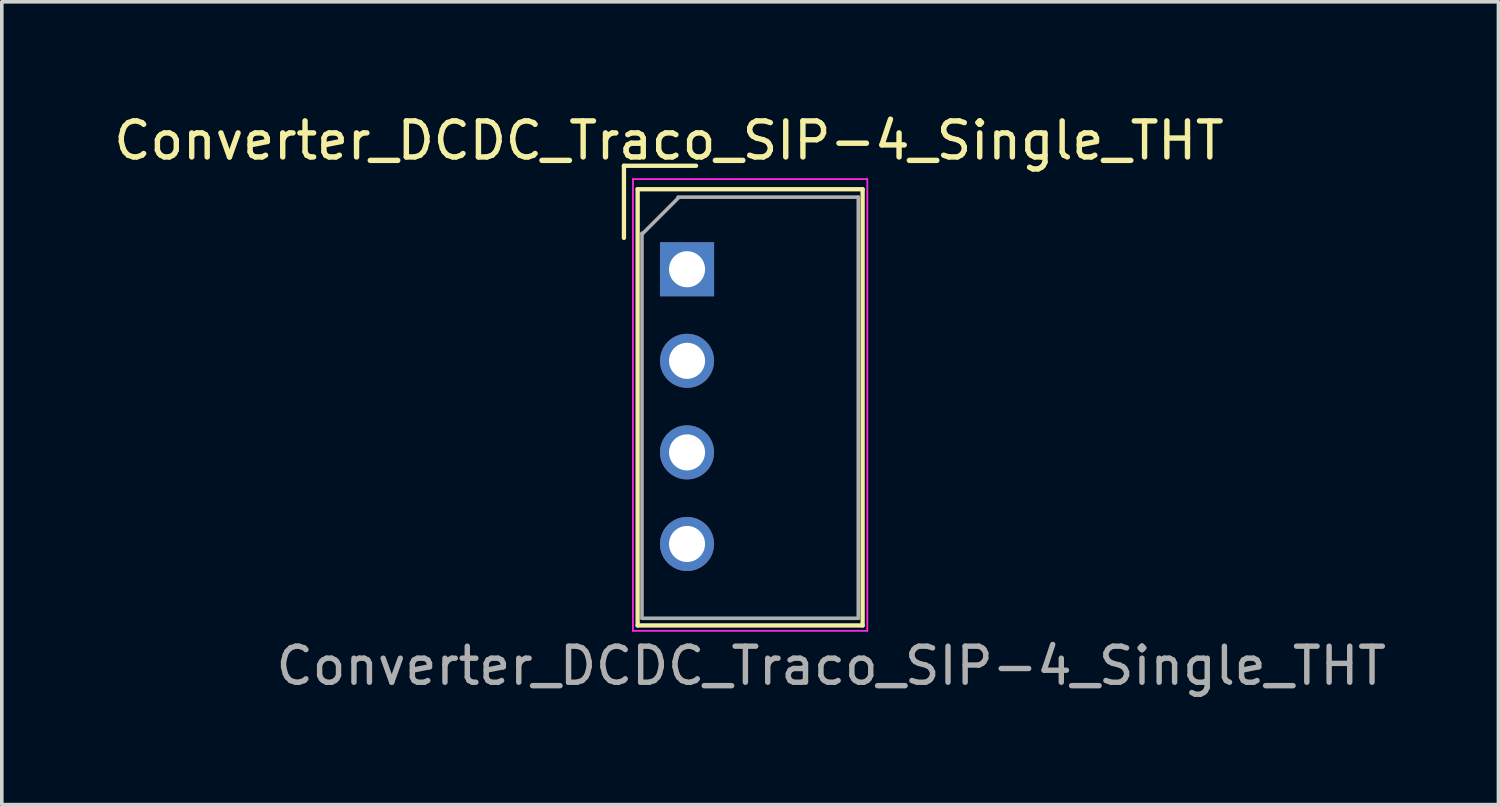
<source format=kicad_pcb>
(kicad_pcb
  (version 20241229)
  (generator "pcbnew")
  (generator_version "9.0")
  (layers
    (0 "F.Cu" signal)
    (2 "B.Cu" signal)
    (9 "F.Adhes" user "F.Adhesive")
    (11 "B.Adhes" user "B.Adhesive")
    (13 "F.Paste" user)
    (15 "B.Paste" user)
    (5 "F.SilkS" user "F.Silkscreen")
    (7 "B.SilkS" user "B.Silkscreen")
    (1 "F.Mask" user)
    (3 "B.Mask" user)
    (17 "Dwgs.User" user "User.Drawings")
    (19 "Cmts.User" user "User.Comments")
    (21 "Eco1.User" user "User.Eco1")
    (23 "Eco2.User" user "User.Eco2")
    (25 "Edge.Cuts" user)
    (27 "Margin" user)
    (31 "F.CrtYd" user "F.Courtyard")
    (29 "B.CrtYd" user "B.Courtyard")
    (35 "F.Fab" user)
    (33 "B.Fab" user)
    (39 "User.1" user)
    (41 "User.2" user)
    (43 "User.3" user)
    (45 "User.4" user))
  (footprint "Converter_DCDC_Traco_SIP-4_Single_THT"
    (layer "F.Cu")
    (at 16.006 4.418)
    (property "Reference" "Converter_DCDC_Traco_SIP-4_Single_THT" (at -0.5 -3.57 0) (layer "F.SilkS") (effects (font (size 1 1) (thickness 0.15))))
    (attr through_hole)
    (fp_line (start -1.75 -2.87) (end 0.25 -2.87) (stroke (width 0.12) (type solid)) (layer "F.SilkS"))
    (fp_line (start -1.75 -0.87) (end -1.75 -2.87) (stroke (width 0.12) (type solid)) (layer "F.SilkS"))
    (fp_line (start -1.37 -2.22) (end -1.37 9.88) (stroke (width 0.12) (type solid)) (layer "F.SilkS"))
    (fp_line (start -1.37 -2.22) (end 4.87 -2.22) (stroke (width 0.12) (type solid)) (layer "F.SilkS"))
    (fp_line (start -1.37 9.88) (end 4.87 9.88) (stroke (width 0.12) (type solid)) (layer "F.SilkS"))
    (fp_line (start 4.87 -2.22) (end 4.87 9.88) (stroke (width 0.12) (type solid)) (layer "F.SilkS"))
    (fp_line (start -1.5 -2.5) (end -1.5 10.03) (stroke (width 0.05) (type solid)) (layer "F.CrtYd"))
    (fp_line (start -1.5 -2.5) (end 5 -2.5) (stroke (width 0.05) (type solid)) (layer "F.CrtYd"))
    (fp_line (start -1.5 10.03) (end 5 10.03) (stroke (width 0.05) (type solid)) (layer "F.CrtYd"))
    (fp_line (start 5 -2.5) (end 5 10.03) (stroke (width 0.05) (type solid)) (layer "F.CrtYd"))
    (fp_line (start -1.25 -0.97) (end -0.25 -1.97) (stroke (width 0.1) (type solid)) (layer "F.Fab"))
    (fp_line (start -1.25 9.68) (end -1.25 -1) (stroke (width 0.1) (type solid)) (layer "F.Fab"))
    (fp_line (start -0.25 -2) (end 4.75 -2) (stroke (width 0.1) (type solid)) (layer "F.Fab"))
    (fp_line (start 4.75 -2) (end 4.75 9.68) (stroke (width 0.1) (type solid)) (layer "F.Fab"))
    (fp_line (start 4.75 9.68) (end -1.25 9.68) (stroke (width 0.1) (type solid)) (layer "F.Fab"))
    (fp_text user "${REFERENCE}" (at 4 11 0) (layer "F.Fab") (effects (font (size 1 1) (thickness 0.15))))
    (pad "1" thru_hole rect (at 0 0) (size 1.5 1.5) (drill 1) (layers "*.Cu" "*.Mask"))
    (pad "2" thru_hole circle (at 0 2.54) (size 1.5 1.5) (drill 1) (layers "*.Cu" "*.Mask"))
    (pad "3" thru_hole circle (at 0 5.08) (size 1.5 1.5) (drill 1) (layers "*.Cu" "*.Mask"))
    (pad "4" thru_hole circle (at 0 7.62) (size 1.5 1.5) (drill 1) (layers "*.Cu" "*.Mask")))
  (gr_rect
    (start -3 -3)
    (end 38.512 19.267)
    (stroke (width 0.1) (type default))
    (fill no)
    (layer "Edge.Cuts")))
</source>
